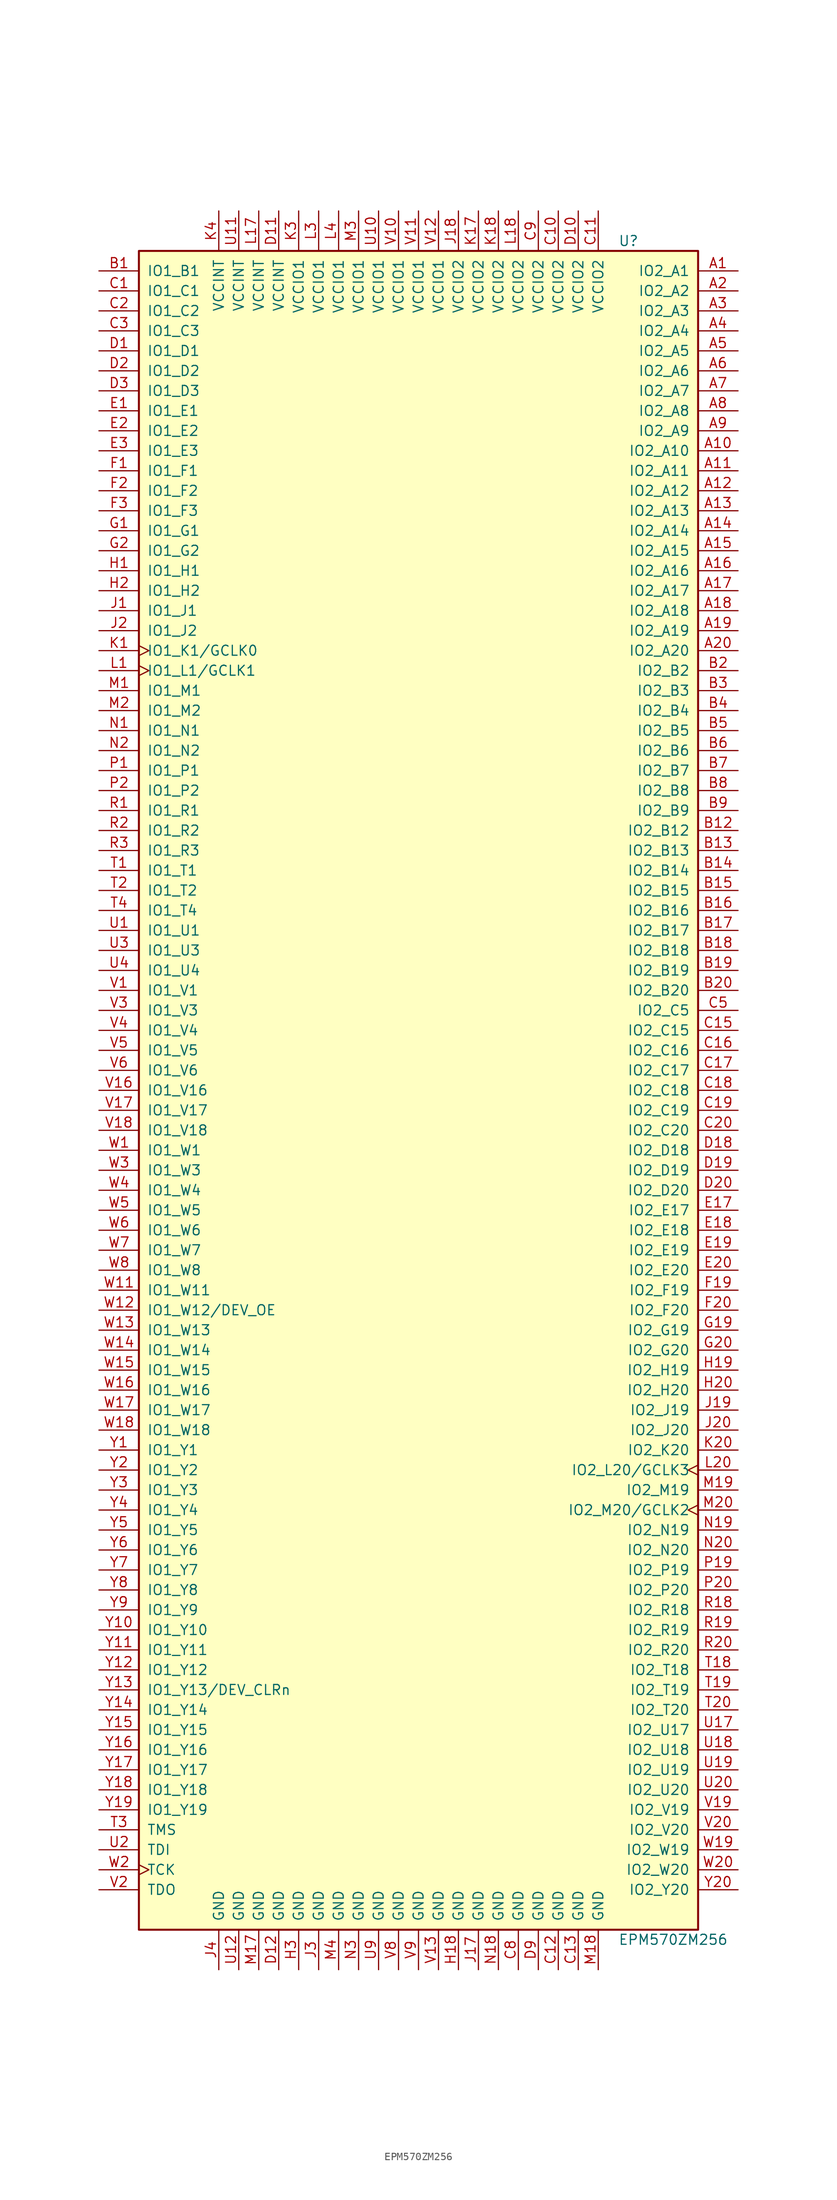
<source format=kicad_sym>
(kicad_symbol_lib
  (version 20231120)
  (generator "kicad_symbol_editor")
  (generator_version "8.0")
  (symbol "EPM570ZM256"
    (pin_names
      (offset 1.016))
    (property "Reference" "U"
      (at 25.4 107.95 0)
      (effects (font (size 1.27 1.27)) (justify left)))
    (property "Value" "EPM570ZM256"
      (at 25.4 -107.95 0)
      (effects (font (size 1.27 1.27)) (justify left)))
    (property "ki_locked" ""
      (at 0 0 0)
      (effects (font (size 1.27 1.27))))
    (symbol "EPM570ZM256_1_1"
      (rectangle (start -35.56 106.68) (end 35.56 -106.68) (stroke (width 0.254) (type default)) (fill (type background)))
      (pin bidirectional line (at 40.64 104.14 180) (length 5.08) (name "IO2_A1" (effects (font (size 1.27 1.27)))) (number "A1" (effects (font (size 1.27 1.27)))))
      (pin bidirectional line (at 40.64 81.28 180) (length 5.08) (name "IO2_A10" (effects (font (size 1.27 1.27)))) (number "A10" (effects (font (size 1.27 1.27)))))
      (pin bidirectional line (at 40.64 78.74 180) (length 5.08) (name "IO2_A11" (effects (font (size 1.27 1.27)))) (number "A11" (effects (font (size 1.27 1.27)))))
      (pin bidirectional line (at 40.64 76.2 180) (length 5.08) (name "IO2_A12" (effects (font (size 1.27 1.27)))) (number "A12" (effects (font (size 1.27 1.27)))))
      (pin bidirectional line (at 40.64 73.66 180) (length 5.08) (name "IO2_A13" (effects (font (size 1.27 1.27)))) (number "A13" (effects (font (size 1.27 1.27)))))
      (pin bidirectional line (at 40.64 71.12 180) (length 5.08) (name "IO2_A14" (effects (font (size 1.27 1.27)))) (number "A14" (effects (font (size 1.27 1.27)))))
      (pin bidirectional line (at 40.64 68.58 180) (length 5.08) (name "IO2_A15" (effects (font (size 1.27 1.27)))) (number "A15" (effects (font (size 1.27 1.27)))))
      (pin bidirectional line (at 40.64 66.04 180) (length 5.08) (name "IO2_A16" (effects (font (size 1.27 1.27)))) (number "A16" (effects (font (size 1.27 1.27)))))
      (pin bidirectional line (at 40.64 63.5 180) (length 5.08) (name "IO2_A17" (effects (font (size 1.27 1.27)))) (number "A17" (effects (font (size 1.27 1.27)))))
      (pin bidirectional line (at 40.64 60.96 180) (length 5.08) (name "IO2_A18" (effects (font (size 1.27 1.27)))) (number "A18" (effects (font (size 1.27 1.27)))))
      (pin bidirectional line (at 40.64 58.42 180) (length 5.08) (name "IO2_A19" (effects (font (size 1.27 1.27)))) (number "A19" (effects (font (size 1.27 1.27)))))
      (pin bidirectional line (at 40.64 101.6 180) (length 5.08) (name "IO2_A2" (effects (font (size 1.27 1.27)))) (number "A2" (effects (font (size 1.27 1.27)))))
      (pin bidirectional line (at 40.64 55.88 180) (length 5.08) (name "IO2_A20" (effects (font (size 1.27 1.27)))) (number "A20" (effects (font (size 1.27 1.27)))))
      (pin bidirectional line (at 40.64 99.06 180) (length 5.08) (name "IO2_A3" (effects (font (size 1.27 1.27)))) (number "A3" (effects (font (size 1.27 1.27)))))
      (pin bidirectional line (at 40.64 96.52 180) (length 5.08) (name "IO2_A4" (effects (font (size 1.27 1.27)))) (number "A4" (effects (font (size 1.27 1.27)))))
      (pin bidirectional line (at 40.64 93.98 180) (length 5.08) (name "IO2_A5" (effects (font (size 1.27 1.27)))) (number "A5" (effects (font (size 1.27 1.27)))))
      (pin bidirectional line (at 40.64 91.44 180) (length 5.08) (name "IO2_A6" (effects (font (size 1.27 1.27)))) (number "A6" (effects (font (size 1.27 1.27)))))
      (pin bidirectional line (at 40.64 88.9 180) (length 5.08) (name "IO2_A7" (effects (font (size 1.27 1.27)))) (number "A7" (effects (font (size 1.27 1.27)))))
      (pin bidirectional line (at 40.64 86.36 180) (length 5.08) (name "IO2_A8" (effects (font (size 1.27 1.27)))) (number "A8" (effects (font (size 1.27 1.27)))))
      (pin bidirectional line (at 40.64 83.82 180) (length 5.08) (name "IO2_A9" (effects (font (size 1.27 1.27)))) (number "A9" (effects (font (size 1.27 1.27)))))
      (pin bidirectional line (at -40.64 104.14 0) (length 5.08) (name "IO1_B1" (effects (font (size 1.27 1.27)))) (number "B1" (effects (font (size 1.27 1.27)))))
      (pin bidirectional line (at 40.64 33.02 180) (length 5.08) (name "IO2_B12" (effects (font (size 1.27 1.27)))) (number "B12" (effects (font (size 1.27 1.27)))))
      (pin bidirectional line (at 40.64 30.48 180) (length 5.08) (name "IO2_B13" (effects (font (size 1.27 1.27)))) (number "B13" (effects (font (size 1.27 1.27)))))
      (pin bidirectional line (at 40.64 27.94 180) (length 5.08) (name "IO2_B14" (effects (font (size 1.27 1.27)))) (number "B14" (effects (font (size 1.27 1.27)))))
      (pin bidirectional line (at 40.64 25.4 180) (length 5.08) (name "IO2_B15" (effects (font (size 1.27 1.27)))) (number "B15" (effects (font (size 1.27 1.27)))))
      (pin bidirectional line (at 40.64 22.86 180) (length 5.08) (name "IO2_B16" (effects (font (size 1.27 1.27)))) (number "B16" (effects (font (size 1.27 1.27)))))
      (pin bidirectional line (at 40.64 20.32 180) (length 5.08) (name "IO2_B17" (effects (font (size 1.27 1.27)))) (number "B17" (effects (font (size 1.27 1.27)))))
      (pin bidirectional line (at 40.64 17.78 180) (length 5.08) (name "IO2_B18" (effects (font (size 1.27 1.27)))) (number "B18" (effects (font (size 1.27 1.27)))))
      (pin bidirectional line (at 40.64 15.24 180) (length 5.08) (name "IO2_B19" (effects (font (size 1.27 1.27)))) (number "B19" (effects (font (size 1.27 1.27)))))
      (pin bidirectional line (at 40.64 53.34 180) (length 5.08) (name "IO2_B2" (effects (font (size 1.27 1.27)))) (number "B2" (effects (font (size 1.27 1.27)))))
      (pin bidirectional line (at 40.64 12.7 180) (length 5.08) (name "IO2_B20" (effects (font (size 1.27 1.27)))) (number "B20" (effects (font (size 1.27 1.27)))))
      (pin bidirectional line (at 40.64 50.8 180) (length 5.08) (name "IO2_B3" (effects (font (size 1.27 1.27)))) (number "B3" (effects (font (size 1.27 1.27)))))
      (pin bidirectional line (at 40.64 48.26 180) (length 5.08) (name "IO2_B4" (effects (font (size 1.27 1.27)))) (number "B4" (effects (font (size 1.27 1.27)))))
      (pin bidirectional line (at 40.64 45.72 180) (length 5.08) (name "IO2_B5" (effects (font (size 1.27 1.27)))) (number "B5" (effects (font (size 1.27 1.27)))))
      (pin bidirectional line (at 40.64 43.18 180) (length 5.08) (name "IO2_B6" (effects (font (size 1.27 1.27)))) (number "B6" (effects (font (size 1.27 1.27)))))
      (pin bidirectional line (at 40.64 40.64 180) (length 5.08) (name "IO2_B7" (effects (font (size 1.27 1.27)))) (number "B7" (effects (font (size 1.27 1.27)))))
      (pin bidirectional line (at 40.64 38.1 180) (length 5.08) (name "IO2_B8" (effects (font (size 1.27 1.27)))) (number "B8" (effects (font (size 1.27 1.27)))))
      (pin bidirectional line (at 40.64 35.56 180) (length 5.08) (name "IO2_B9" (effects (font (size 1.27 1.27)))) (number "B9" (effects (font (size 1.27 1.27)))))
      (pin bidirectional line (at -40.64 101.6 0) (length 5.08) (name "IO1_C1" (effects (font (size 1.27 1.27)))) (number "C1" (effects (font (size 1.27 1.27)))))
      (pin power_in line (at 17.78 111.76 270) (length 5.08) (name "VCCIO2" (effects (font (size 1.27 1.27)))) (number "C10" (effects (font (size 1.27 1.27)))))
      (pin power_in line (at 22.86 111.76 270) (length 5.08) (name "VCCIO2" (effects (font (size 1.27 1.27)))) (number "C11" (effects (font (size 1.27 1.27)))))
      (pin power_in line (at 17.78 -111.76 90) (length 5.08) (name "GND" (effects (font (size 1.27 1.27)))) (number "C12" (effects (font (size 1.27 1.27)))))
      (pin power_in line (at 20.32 -111.76 90) (length 5.08) (name "GND" (effects (font (size 1.27 1.27)))) (number "C13" (effects (font (size 1.27 1.27)))))
      (pin bidirectional line (at 40.64 7.62 180) (length 5.08) (name "IO2_C15" (effects (font (size 1.27 1.27)))) (number "C15" (effects (font (size 1.27 1.27)))))
      (pin bidirectional line (at 40.64 5.08 180) (length 5.08) (name "IO2_C16" (effects (font (size 1.27 1.27)))) (number "C16" (effects (font (size 1.27 1.27)))))
      (pin bidirectional line (at 40.64 2.54 180) (length 5.08) (name "IO2_C17" (effects (font (size 1.27 1.27)))) (number "C17" (effects (font (size 1.27 1.27)))))
      (pin bidirectional line (at 40.64 0 180) (length 5.08) (name "IO2_C18" (effects (font (size 1.27 1.27)))) (number "C18" (effects (font (size 1.27 1.27)))))
      (pin bidirectional line (at 40.64 -2.54 180) (length 5.08) (name "IO2_C19" (effects (font (size 1.27 1.27)))) (number "C19" (effects (font (size 1.27 1.27)))))
      (pin bidirectional line (at -40.64 99.06 0) (length 5.08) (name "IO1_C2" (effects (font (size 1.27 1.27)))) (number "C2" (effects (font (size 1.27 1.27)))))
      (pin bidirectional line (at 40.64 -5.08 180) (length 5.08) (name "IO2_C20" (effects (font (size 1.27 1.27)))) (number "C20" (effects (font (size 1.27 1.27)))))
      (pin bidirectional line (at -40.64 96.52 0) (length 5.08) (name "IO1_C3" (effects (font (size 1.27 1.27)))) (number "C3" (effects (font (size 1.27 1.27)))))
      (pin bidirectional line (at 40.64 10.16 180) (length 5.08) (name "IO2_C5" (effects (font (size 1.27 1.27)))) (number "C5" (effects (font (size 1.27 1.27)))))
      (pin power_in line (at 12.7 -111.76 90) (length 5.08) (name "GND" (effects (font (size 1.27 1.27)))) (number "C8" (effects (font (size 1.27 1.27)))))
      (pin power_in line (at 15.24 111.76 270) (length 5.08) (name "VCCIO2" (effects (font (size 1.27 1.27)))) (number "C9" (effects (font (size 1.27 1.27)))))
      (pin bidirectional line (at -40.64 93.98 0) (length 5.08) (name "IO1_D1" (effects (font (size 1.27 1.27)))) (number "D1" (effects (font (size 1.27 1.27)))))
      (pin power_in line (at 20.32 111.76 270) (length 5.08) (name "VCCIO2" (effects (font (size 1.27 1.27)))) (number "D10" (effects (font (size 1.27 1.27)))))
      (pin power_in line (at -17.78 111.76 270) (length 5.08) (name "VCCINT" (effects (font (size 1.27 1.27)))) (number "D11" (effects (font (size 1.27 1.27)))))
      (pin power_in line (at -17.78 -111.76 90) (length 5.08) (name "GND" (effects (font (size 1.27 1.27)))) (number "D12" (effects (font (size 1.27 1.27)))))
      (pin bidirectional line (at 40.64 -7.62 180) (length 5.08) (name "IO2_D18" (effects (font (size 1.27 1.27)))) (number "D18" (effects (font (size 1.27 1.27)))))
      (pin bidirectional line (at 40.64 -10.16 180) (length 5.08) (name "IO2_D19" (effects (font (size 1.27 1.27)))) (number "D19" (effects (font (size 1.27 1.27)))))
      (pin bidirectional line (at -40.64 91.44 0) (length 5.08) (name "IO1_D2" (effects (font (size 1.27 1.27)))) (number "D2" (effects (font (size 1.27 1.27)))))
      (pin bidirectional line (at 40.64 -12.7 180) (length 5.08) (name "IO2_D20" (effects (font (size 1.27 1.27)))) (number "D20" (effects (font (size 1.27 1.27)))))
      (pin bidirectional line (at -40.64 88.9 0) (length 5.08) (name "IO1_D3" (effects (font (size 1.27 1.27)))) (number "D3" (effects (font (size 1.27 1.27)))))
      (pin power_in line (at 15.24 -111.76 90) (length 5.08) (name "GND" (effects (font (size 1.27 1.27)))) (number "D9" (effects (font (size 1.27 1.27)))))
      (pin bidirectional line (at -40.64 86.36 0) (length 5.08) (name "IO1_E1" (effects (font (size 1.27 1.27)))) (number "E1" (effects (font (size 1.27 1.27)))))
      (pin bidirectional line (at 40.64 -15.24 180) (length 5.08) (name "IO2_E17" (effects (font (size 1.27 1.27)))) (number "E17" (effects (font (size 1.27 1.27)))))
      (pin bidirectional line (at 40.64 -17.78 180) (length 5.08) (name "IO2_E18" (effects (font (size 1.27 1.27)))) (number "E18" (effects (font (size 1.27 1.27)))))
      (pin bidirectional line (at 40.64 -20.32 180) (length 5.08) (name "IO2_E19" (effects (font (size 1.27 1.27)))) (number "E19" (effects (font (size 1.27 1.27)))))
      (pin bidirectional line (at -40.64 83.82 0) (length 5.08) (name "IO1_E2" (effects (font (size 1.27 1.27)))) (number "E2" (effects (font (size 1.27 1.27)))))
      (pin bidirectional line (at 40.64 -22.86 180) (length 5.08) (name "IO2_E20" (effects (font (size 1.27 1.27)))) (number "E20" (effects (font (size 1.27 1.27)))))
      (pin bidirectional line (at -40.64 81.28 0) (length 5.08) (name "IO1_E3" (effects (font (size 1.27 1.27)))) (number "E3" (effects (font (size 1.27 1.27)))))
      (pin bidirectional line (at -40.64 78.74 0) (length 5.08) (name "IO1_F1" (effects (font (size 1.27 1.27)))) (number "F1" (effects (font (size 1.27 1.27)))))
      (pin bidirectional line (at 40.64 -25.4 180) (length 5.08) (name "IO2_F19" (effects (font (size 1.27 1.27)))) (number "F19" (effects (font (size 1.27 1.27)))))
      (pin bidirectional line (at -40.64 76.2 0) (length 5.08) (name "IO1_F2" (effects (font (size 1.27 1.27)))) (number "F2" (effects (font (size 1.27 1.27)))))
      (pin bidirectional line (at 40.64 -27.94 180) (length 5.08) (name "IO2_F20" (effects (font (size 1.27 1.27)))) (number "F20" (effects (font (size 1.27 1.27)))))
      (pin bidirectional line (at -40.64 73.66 0) (length 5.08) (name "IO1_F3" (effects (font (size 1.27 1.27)))) (number "F3" (effects (font (size 1.27 1.27)))))
      (pin bidirectional line (at -40.64 71.12 0) (length 5.08) (name "IO1_G1" (effects (font (size 1.27 1.27)))) (number "G1" (effects (font (size 1.27 1.27)))))
      (pin bidirectional line (at 40.64 -30.48 180) (length 5.08) (name "IO2_G19" (effects (font (size 1.27 1.27)))) (number "G19" (effects (font (size 1.27 1.27)))))
      (pin bidirectional line (at -40.64 68.58 0) (length 5.08) (name "IO1_G2" (effects (font (size 1.27 1.27)))) (number "G2" (effects (font (size 1.27 1.27)))))
      (pin bidirectional line (at 40.64 -33.02 180) (length 5.08) (name "IO2_G20" (effects (font (size 1.27 1.27)))) (number "G20" (effects (font (size 1.27 1.27)))))
      (pin bidirectional line (at -40.64 66.04 0) (length 5.08) (name "IO1_H1" (effects (font (size 1.27 1.27)))) (number "H1" (effects (font (size 1.27 1.27)))))
      (pin power_in line (at 5.08 -111.76 90) (length 5.08) (name "GND" (effects (font (size 1.27 1.27)))) (number "H18" (effects (font (size 1.27 1.27)))))
      (pin bidirectional line (at 40.64 -35.56 180) (length 5.08) (name "IO2_H19" (effects (font (size 1.27 1.27)))) (number "H19" (effects (font (size 1.27 1.27)))))
      (pin bidirectional line (at -40.64 63.5 0) (length 5.08) (name "IO1_H2" (effects (font (size 1.27 1.27)))) (number "H2" (effects (font (size 1.27 1.27)))))
      (pin bidirectional line (at 40.64 -38.1 180) (length 5.08) (name "IO2_H20" (effects (font (size 1.27 1.27)))) (number "H20" (effects (font (size 1.27 1.27)))))
      (pin power_in line (at -15.24 -111.76 90) (length 5.08) (name "GND" (effects (font (size 1.27 1.27)))) (number "H3" (effects (font (size 1.27 1.27)))))
      (pin bidirectional line (at -40.64 60.96 0) (length 5.08) (name "IO1_J1" (effects (font (size 1.27 1.27)))) (number "J1" (effects (font (size 1.27 1.27)))))
      (pin power_in line (at 7.62 -111.76 90) (length 5.08) (name "GND" (effects (font (size 1.27 1.27)))) (number "J17" (effects (font (size 1.27 1.27)))))
      (pin power_in line (at 5.08 111.76 270) (length 5.08) (name "VCCIO2" (effects (font (size 1.27 1.27)))) (number "J18" (effects (font (size 1.27 1.27)))))
      (pin bidirectional line (at 40.64 -40.64 180) (length 5.08) (name "IO2_J19" (effects (font (size 1.27 1.27)))) (number "J19" (effects (font (size 1.27 1.27)))))
      (pin bidirectional line (at -40.64 58.42 0) (length 5.08) (name "IO1_J2" (effects (font (size 1.27 1.27)))) (number "J2" (effects (font (size 1.27 1.27)))))
      (pin bidirectional line (at 40.64 -43.18 180) (length 5.08) (name "IO2_J20" (effects (font (size 1.27 1.27)))) (number "J20" (effects (font (size 1.27 1.27)))))
      (pin power_in line (at -12.7 -111.76 90) (length 5.08) (name "GND" (effects (font (size 1.27 1.27)))) (number "J3" (effects (font (size 1.27 1.27)))))
      (pin power_in line (at -25.4 -111.76 90) (length 5.08) (name "GND" (effects (font (size 1.27 1.27)))) (number "J4" (effects (font (size 1.27 1.27)))))
      (pin bidirectional clock (at -40.64 55.88 0) (length 5.08) (name "IO1_K1/GCLK0" (effects (font (size 1.27 1.27)))) (number "K1" (effects (font (size 1.27 1.27)))))
      (pin power_in line (at 7.62 111.76 270) (length 5.08) (name "VCCIO2" (effects (font (size 1.27 1.27)))) (number "K17" (effects (font (size 1.27 1.27)))))
      (pin power_in line (at 10.16 111.76 270) (length 5.08) (name "VCCIO2" (effects (font (size 1.27 1.27)))) (number "K18" (effects (font (size 1.27 1.27)))))
      (pin bidirectional line (at 40.64 -45.72 180) (length 5.08) (name "IO2_K20" (effects (font (size 1.27 1.27)))) (number "K20" (effects (font (size 1.27 1.27)))))
      (pin power_in line (at -15.24 111.76 270) (length 5.08) (name "VCCIO1" (effects (font (size 1.27 1.27)))) (number "K3" (effects (font (size 1.27 1.27)))))
      (pin power_in line (at -25.4 111.76 270) (length 5.08) (name "VCCINT" (effects (font (size 1.27 1.27)))) (number "K4" (effects (font (size 1.27 1.27)))))
      (pin bidirectional clock (at -40.64 53.34 0) (length 5.08) (name "IO1_L1/GCLK1" (effects (font (size 1.27 1.27)))) (number "L1" (effects (font (size 1.27 1.27)))))
      (pin power_in line (at -20.32 111.76 270) (length 5.08) (name "VCCINT" (effects (font (size 1.27 1.27)))) (number "L17" (effects (font (size 1.27 1.27)))))
      (pin power_in line (at 12.7 111.76 270) (length 5.08) (name "VCCIO2" (effects (font (size 1.27 1.27)))) (number "L18" (effects (font (size 1.27 1.27)))))
      (pin bidirectional clock (at 40.64 -48.26 180) (length 5.08) (name "IO2_L20/GCLK3" (effects (font (size 1.27 1.27)))) (number "L20" (effects (font (size 1.27 1.27)))))
      (pin power_in line (at -12.7 111.76 270) (length 5.08) (name "VCCIO1" (effects (font (size 1.27 1.27)))) (number "L3" (effects (font (size 1.27 1.27)))))
      (pin power_in line (at -10.16 111.76 270) (length 5.08) (name "VCCIO1" (effects (font (size 1.27 1.27)))) (number "L4" (effects (font (size 1.27 1.27)))))
      (pin bidirectional line (at -40.64 50.8 0) (length 5.08) (name "IO1_M1" (effects (font (size 1.27 1.27)))) (number "M1" (effects (font (size 1.27 1.27)))))
      (pin power_in line (at -20.32 -111.76 90) (length 5.08) (name "GND" (effects (font (size 1.27 1.27)))) (number "M17" (effects (font (size 1.27 1.27)))))
      (pin power_in line (at 22.86 -111.76 90) (length 5.08) (name "GND" (effects (font (size 1.27 1.27)))) (number "M18" (effects (font (size 1.27 1.27)))))
      (pin bidirectional line (at 40.64 -50.8 180) (length 5.08) (name "IO2_M19" (effects (font (size 1.27 1.27)))) (number "M19" (effects (font (size 1.27 1.27)))))
      (pin bidirectional line (at -40.64 48.26 0) (length 5.08) (name "IO1_M2" (effects (font (size 1.27 1.27)))) (number "M2" (effects (font (size 1.27 1.27)))))
      (pin bidirectional clock (at 40.64 -53.34 180) (length 5.08) (name "IO2_M20/GCLK2" (effects (font (size 1.27 1.27)))) (number "M20" (effects (font (size 1.27 1.27)))))
      (pin power_in line (at -7.62 111.76 270) (length 5.08) (name "VCCIO1" (effects (font (size 1.27 1.27)))) (number "M3" (effects (font (size 1.27 1.27)))))
      (pin power_in line (at -10.16 -111.76 90) (length 5.08) (name "GND" (effects (font (size 1.27 1.27)))) (number "M4" (effects (font (size 1.27 1.27)))))
      (pin bidirectional line (at -40.64 45.72 0) (length 5.08) (name "IO1_N1" (effects (font (size 1.27 1.27)))) (number "N1" (effects (font (size 1.27 1.27)))))
      (pin power_in line (at 10.16 -111.76 90) (length 5.08) (name "GND" (effects (font (size 1.27 1.27)))) (number "N18" (effects (font (size 1.27 1.27)))))
      (pin bidirectional line (at 40.64 -55.88 180) (length 5.08) (name "IO2_N19" (effects (font (size 1.27 1.27)))) (number "N19" (effects (font (size 1.27 1.27)))))
      (pin bidirectional line (at -40.64 43.18 0) (length 5.08) (name "IO1_N2" (effects (font (size 1.27 1.27)))) (number "N2" (effects (font (size 1.27 1.27)))))
      (pin bidirectional line (at 40.64 -58.42 180) (length 5.08) (name "IO2_N20" (effects (font (size 1.27 1.27)))) (number "N20" (effects (font (size 1.27 1.27)))))
      (pin power_in line (at -7.62 -111.76 90) (length 5.08) (name "GND" (effects (font (size 1.27 1.27)))) (number "N3" (effects (font (size 1.27 1.27)))))
      (pin bidirectional line (at -40.64 40.64 0) (length 5.08) (name "IO1_P1" (effects (font (size 1.27 1.27)))) (number "P1" (effects (font (size 1.27 1.27)))))
      (pin bidirectional line (at 40.64 -60.96 180) (length 5.08) (name "IO2_P19" (effects (font (size 1.27 1.27)))) (number "P19" (effects (font (size 1.27 1.27)))))
      (pin bidirectional line (at -40.64 38.1 0) (length 5.08) (name "IO1_P2" (effects (font (size 1.27 1.27)))) (number "P2" (effects (font (size 1.27 1.27)))))
      (pin bidirectional line (at 40.64 -63.5 180) (length 5.08) (name "IO2_P20" (effects (font (size 1.27 1.27)))) (number "P20" (effects (font (size 1.27 1.27)))))
      (pin bidirectional line (at -40.64 35.56 0) (length 5.08) (name "IO1_R1" (effects (font (size 1.27 1.27)))) (number "R1" (effects (font (size 1.27 1.27)))))
      (pin bidirectional line (at 40.64 -66.04 180) (length 5.08) (name "IO2_R18" (effects (font (size 1.27 1.27)))) (number "R18" (effects (font (size 1.27 1.27)))))
      (pin bidirectional line (at 40.64 -68.58 180) (length 5.08) (name "IO2_R19" (effects (font (size 1.27 1.27)))) (number "R19" (effects (font (size 1.27 1.27)))))
      (pin bidirectional line (at -40.64 33.02 0) (length 5.08) (name "IO1_R2" (effects (font (size 1.27 1.27)))) (number "R2" (effects (font (size 1.27 1.27)))))
      (pin bidirectional line (at 40.64 -71.12 180) (length 5.08) (name "IO2_R20" (effects (font (size 1.27 1.27)))) (number "R20" (effects (font (size 1.27 1.27)))))
      (pin bidirectional line (at -40.64 30.48 0) (length 5.08) (name "IO1_R3" (effects (font (size 1.27 1.27)))) (number "R3" (effects (font (size 1.27 1.27)))))
      (pin bidirectional line (at -40.64 27.94 0) (length 5.08) (name "IO1_T1" (effects (font (size 1.27 1.27)))) (number "T1" (effects (font (size 1.27 1.27)))))
      (pin bidirectional line (at 40.64 -73.66 180) (length 5.08) (name "IO2_T18" (effects (font (size 1.27 1.27)))) (number "T18" (effects (font (size 1.27 1.27)))))
      (pin bidirectional line (at 40.64 -76.2 180) (length 5.08) (name "IO2_T19" (effects (font (size 1.27 1.27)))) (number "T19" (effects (font (size 1.27 1.27)))))
      (pin bidirectional line (at -40.64 25.4 0) (length 5.08) (name "IO1_T2" (effects (font (size 1.27 1.27)))) (number "T2" (effects (font (size 1.27 1.27)))))
      (pin bidirectional line (at 40.64 -78.74 180) (length 5.08) (name "IO2_T20" (effects (font (size 1.27 1.27)))) (number "T20" (effects (font (size 1.27 1.27)))))
      (pin input line (at -40.64 -93.98 0) (length 5.08) (name "TMS" (effects (font (size 1.27 1.27)))) (number "T3" (effects (font (size 1.27 1.27)))))
      (pin bidirectional line (at -40.64 22.86 0) (length 5.08) (name "IO1_T4" (effects (font (size 1.27 1.27)))) (number "T4" (effects (font (size 1.27 1.27)))))
      (pin bidirectional line (at -40.64 20.32 0) (length 5.08) (name "IO1_U1" (effects (font (size 1.27 1.27)))) (number "U1" (effects (font (size 1.27 1.27)))))
      (pin power_in line (at -5.08 111.76 270) (length 5.08) (name "VCCIO1" (effects (font (size 1.27 1.27)))) (number "U10" (effects (font (size 1.27 1.27)))))
      (pin power_in line (at -22.86 111.76 270) (length 5.08) (name "VCCINT" (effects (font (size 1.27 1.27)))) (number "U11" (effects (font (size 1.27 1.27)))))
      (pin power_in line (at -22.86 -111.76 90) (length 5.08) (name "GND" (effects (font (size 1.27 1.27)))) (number "U12" (effects (font (size 1.27 1.27)))))
      (pin bidirectional line (at 40.64 -81.28 180) (length 5.08) (name "IO2_U17" (effects (font (size 1.27 1.27)))) (number "U17" (effects (font (size 1.27 1.27)))))
      (pin bidirectional line (at 40.64 -83.82 180) (length 5.08) (name "IO2_U18" (effects (font (size 1.27 1.27)))) (number "U18" (effects (font (size 1.27 1.27)))))
      (pin bidirectional line (at 40.64 -86.36 180) (length 5.08) (name "IO2_U19" (effects (font (size 1.27 1.27)))) (number "U19" (effects (font (size 1.27 1.27)))))
      (pin input line (at -40.64 -96.52 0) (length 5.08) (name "TDI" (effects (font (size 1.27 1.27)))) (number "U2" (effects (font (size 1.27 1.27)))))
      (pin bidirectional line (at 40.64 -88.9 180) (length 5.08) (name "IO2_U20" (effects (font (size 1.27 1.27)))) (number "U20" (effects (font (size 1.27 1.27)))))
      (pin bidirectional line (at -40.64 17.78 0) (length 5.08) (name "IO1_U3" (effects (font (size 1.27 1.27)))) (number "U3" (effects (font (size 1.27 1.27)))))
      (pin bidirectional line (at -40.64 15.24 0) (length 5.08) (name "IO1_U4" (effects (font (size 1.27 1.27)))) (number "U4" (effects (font (size 1.27 1.27)))))
      (pin power_in line (at -5.08 -111.76 90) (length 5.08) (name "GND" (effects (font (size 1.27 1.27)))) (number "U9" (effects (font (size 1.27 1.27)))))
      (pin bidirectional line (at -40.64 12.7 0) (length 5.08) (name "IO1_V1" (effects (font (size 1.27 1.27)))) (number "V1" (effects (font (size 1.27 1.27)))))
      (pin power_in line (at -2.54 111.76 270) (length 5.08) (name "VCCIO1" (effects (font (size 1.27 1.27)))) (number "V10" (effects (font (size 1.27 1.27)))))
      (pin power_in line (at 0 111.76 270) (length 5.08) (name "VCCIO1" (effects (font (size 1.27 1.27)))) (number "V11" (effects (font (size 1.27 1.27)))))
      (pin power_in line (at 2.54 111.76 270) (length 5.08) (name "VCCIO1" (effects (font (size 1.27 1.27)))) (number "V12" (effects (font (size 1.27 1.27)))))
      (pin power_in line (at 2.54 -111.76 90) (length 5.08) (name "GND" (effects (font (size 1.27 1.27)))) (number "V13" (effects (font (size 1.27 1.27)))))
      (pin bidirectional line (at -40.64 0 0) (length 5.08) (name "IO1_V16" (effects (font (size 1.27 1.27)))) (number "V16" (effects (font (size 1.27 1.27)))))
      (pin bidirectional line (at -40.64 -2.54 0) (length 5.08) (name "IO1_V17" (effects (font (size 1.27 1.27)))) (number "V17" (effects (font (size 1.27 1.27)))))
      (pin bidirectional line (at -40.64 -5.08 0) (length 5.08) (name "IO1_V18" (effects (font (size 1.27 1.27)))) (number "V18" (effects (font (size 1.27 1.27)))))
      (pin bidirectional line (at 40.64 -91.44 180) (length 5.08) (name "IO2_V19" (effects (font (size 1.27 1.27)))) (number "V19" (effects (font (size 1.27 1.27)))))
      (pin output line (at -40.64 -101.6 0) (length 5.08) (name "TDO" (effects (font (size 1.27 1.27)))) (number "V2" (effects (font (size 1.27 1.27)))))
      (pin bidirectional line (at 40.64 -93.98 180) (length 5.08) (name "IO2_V20" (effects (font (size 1.27 1.27)))) (number "V20" (effects (font (size 1.27 1.27)))))
      (pin bidirectional line (at -40.64 10.16 0) (length 5.08) (name "IO1_V3" (effects (font (size 1.27 1.27)))) (number "V3" (effects (font (size 1.27 1.27)))))
      (pin bidirectional line (at -40.64 7.62 0) (length 5.08) (name "IO1_V4" (effects (font (size 1.27 1.27)))) (number "V4" (effects (font (size 1.27 1.27)))))
      (pin bidirectional line (at -40.64 5.08 0) (length 5.08) (name "IO1_V5" (effects (font (size 1.27 1.27)))) (number "V5" (effects (font (size 1.27 1.27)))))
      (pin bidirectional line (at -40.64 2.54 0) (length 5.08) (name "IO1_V6" (effects (font (size 1.27 1.27)))) (number "V6" (effects (font (size 1.27 1.27)))))
      (pin power_in line (at -2.54 -111.76 90) (length 5.08) (name "GND" (effects (font (size 1.27 1.27)))) (number "V8" (effects (font (size 1.27 1.27)))))
      (pin power_in line (at 0 -111.76 90) (length 5.08) (name "GND" (effects (font (size 1.27 1.27)))) (number "V9" (effects (font (size 1.27 1.27)))))
      (pin bidirectional line (at -40.64 -7.62 0) (length 5.08) (name "IO1_W1" (effects (font (size 1.27 1.27)))) (number "W1" (effects (font (size 1.27 1.27)))))
      (pin bidirectional line (at -40.64 -25.4 0) (length 5.08) (name "IO1_W11" (effects (font (size 1.27 1.27)))) (number "W11" (effects (font (size 1.27 1.27)))))
      (pin bidirectional line (at -40.64 -27.94 0) (length 5.08) (name "IO1_W12/DEV_OE" (effects (font (size 1.27 1.27)))) (number "W12" (effects (font (size 1.27 1.27)))))
      (pin bidirectional line (at -40.64 -30.48 0) (length 5.08) (name "IO1_W13" (effects (font (size 1.27 1.27)))) (number "W13" (effects (font (size 1.27 1.27)))))
      (pin bidirectional line (at -40.64 -33.02 0) (length 5.08) (name "IO1_W14" (effects (font (size 1.27 1.27)))) (number "W14" (effects (font (size 1.27 1.27)))))
      (pin bidirectional line (at -40.64 -35.56 0) (length 5.08) (name "IO1_W15" (effects (font (size 1.27 1.27)))) (number "W15" (effects (font (size 1.27 1.27)))))
      (pin bidirectional line (at -40.64 -38.1 0) (length 5.08) (name "IO1_W16" (effects (font (size 1.27 1.27)))) (number "W16" (effects (font (size 1.27 1.27)))))
      (pin bidirectional line (at -40.64 -40.64 0) (length 5.08) (name "IO1_W17" (effects (font (size 1.27 1.27)))) (number "W17" (effects (font (size 1.27 1.27)))))
      (pin bidirectional line (at -40.64 -43.18 0) (length 5.08) (name "IO1_W18" (effects (font (size 1.27 1.27)))) (number "W18" (effects (font (size 1.27 1.27)))))
      (pin bidirectional line (at 40.64 -96.52 180) (length 5.08) (name "IO2_W19" (effects (font (size 1.27 1.27)))) (number "W19" (effects (font (size 1.27 1.27)))))
      (pin input clock (at -40.64 -99.06 0) (length 5.08) (name "TCK" (effects (font (size 1.27 1.27)))) (number "W2" (effects (font (size 1.27 1.27)))))
      (pin bidirectional line (at 40.64 -99.06 180) (length 5.08) (name "IO2_W20" (effects (font (size 1.27 1.27)))) (number "W20" (effects (font (size 1.27 1.27)))))
      (pin bidirectional line (at -40.64 -10.16 0) (length 5.08) (name "IO1_W3" (effects (font (size 1.27 1.27)))) (number "W3" (effects (font (size 1.27 1.27)))))
      (pin bidirectional line (at -40.64 -12.7 0) (length 5.08) (name "IO1_W4" (effects (font (size 1.27 1.27)))) (number "W4" (effects (font (size 1.27 1.27)))))
      (pin bidirectional line (at -40.64 -15.24 0) (length 5.08) (name "IO1_W5" (effects (font (size 1.27 1.27)))) (number "W5" (effects (font (size 1.27 1.27)))))
      (pin bidirectional line (at -40.64 -17.78 0) (length 5.08) (name "IO1_W6" (effects (font (size 1.27 1.27)))) (number "W6" (effects (font (size 1.27 1.27)))))
      (pin bidirectional line (at -40.64 -20.32 0) (length 5.08) (name "IO1_W7" (effects (font (size 1.27 1.27)))) (number "W7" (effects (font (size 1.27 1.27)))))
      (pin bidirectional line (at -40.64 -22.86 0) (length 5.08) (name "IO1_W8" (effects (font (size 1.27 1.27)))) (number "W8" (effects (font (size 1.27 1.27)))))
      (pin bidirectional line (at -40.64 -45.72 0) (length 5.08) (name "IO1_Y1" (effects (font (size 1.27 1.27)))) (number "Y1" (effects (font (size 1.27 1.27)))))
      (pin bidirectional line (at -40.64 -68.58 0) (length 5.08) (name "IO1_Y10" (effects (font (size 1.27 1.27)))) (number "Y10" (effects (font (size 1.27 1.27)))))
      (pin bidirectional line (at -40.64 -71.12 0) (length 5.08) (name "IO1_Y11" (effects (font (size 1.27 1.27)))) (number "Y11" (effects (font (size 1.27 1.27)))))
      (pin bidirectional line (at -40.64 -73.66 0) (length 5.08) (name "IO1_Y12" (effects (font (size 1.27 1.27)))) (number "Y12" (effects (font (size 1.27 1.27)))))
      (pin bidirectional line (at -40.64 -76.2 0) (length 5.08) (name "IO1_Y13/DEV_CLRn" (effects (font (size 1.27 1.27)))) (number "Y13" (effects (font (size 1.27 1.27)))))
      (pin bidirectional line (at -40.64 -78.74 0) (length 5.08) (name "IO1_Y14" (effects (font (size 1.27 1.27)))) (number "Y14" (effects (font (size 1.27 1.27)))))
      (pin bidirectional line (at -40.64 -81.28 0) (length 5.08) (name "IO1_Y15" (effects (font (size 1.27 1.27)))) (number "Y15" (effects (font (size 1.27 1.27)))))
      (pin bidirectional line (at -40.64 -83.82 0) (length 5.08) (name "IO1_Y16" (effects (font (size 1.27 1.27)))) (number "Y16" (effects (font (size 1.27 1.27)))))
      (pin bidirectional line (at -40.64 -86.36 0) (length 5.08) (name "IO1_Y17" (effects (font (size 1.27 1.27)))) (number "Y17" (effects (font (size 1.27 1.27)))))
      (pin bidirectional line (at -40.64 -88.9 0) (length 5.08) (name "IO1_Y18" (effects (font (size 1.27 1.27)))) (number "Y18" (effects (font (size 1.27 1.27)))))
      (pin bidirectional line (at -40.64 -91.44 0) (length 5.08) (name "IO1_Y19" (effects (font (size 1.27 1.27)))) (number "Y19" (effects (font (size 1.27 1.27)))))
      (pin bidirectional line (at -40.64 -48.26 0) (length 5.08) (name "IO1_Y2" (effects (font (size 1.27 1.27)))) (number "Y2" (effects (font (size 1.27 1.27)))))
      (pin bidirectional line (at 40.64 -101.6 180) (length 5.08) (name "IO2_Y20" (effects (font (size 1.27 1.27)))) (number "Y20" (effects (font (size 1.27 1.27)))))
      (pin bidirectional line (at -40.64 -50.8 0) (length 5.08) (name "IO1_Y3" (effects (font (size 1.27 1.27)))) (number "Y3" (effects (font (size 1.27 1.27)))))
      (pin bidirectional line (at -40.64 -53.34 0) (length 5.08) (name "IO1_Y4" (effects (font (size 1.27 1.27)))) (number "Y4" (effects (font (size 1.27 1.27)))))
      (pin bidirectional line (at -40.64 -55.88 0) (length 5.08) (name "IO1_Y5" (effects (font (size 1.27 1.27)))) (number "Y5" (effects (font (size 1.27 1.27)))))
      (pin bidirectional line (at -40.64 -58.42 0) (length 5.08) (name "IO1_Y6" (effects (font (size 1.27 1.27)))) (number "Y6" (effects (font (size 1.27 1.27)))))
      (pin bidirectional line (at -40.64 -60.96 0) (length 5.08) (name "IO1_Y7" (effects (font (size 1.27 1.27)))) (number "Y7" (effects (font (size 1.27 1.27)))))
      (pin bidirectional line (at -40.64 -63.5 0) (length 5.08) (name "IO1_Y8" (effects (font (size 1.27 1.27)))) (number "Y8" (effects (font (size 1.27 1.27)))))
      (pin bidirectional line (at -40.64 -66.04 0) (length 5.08) (name "IO1_Y9" (effects (font (size 1.27 1.27)))) (number "Y9" (effects (font (size 1.27 1.27))))))))
</source>
